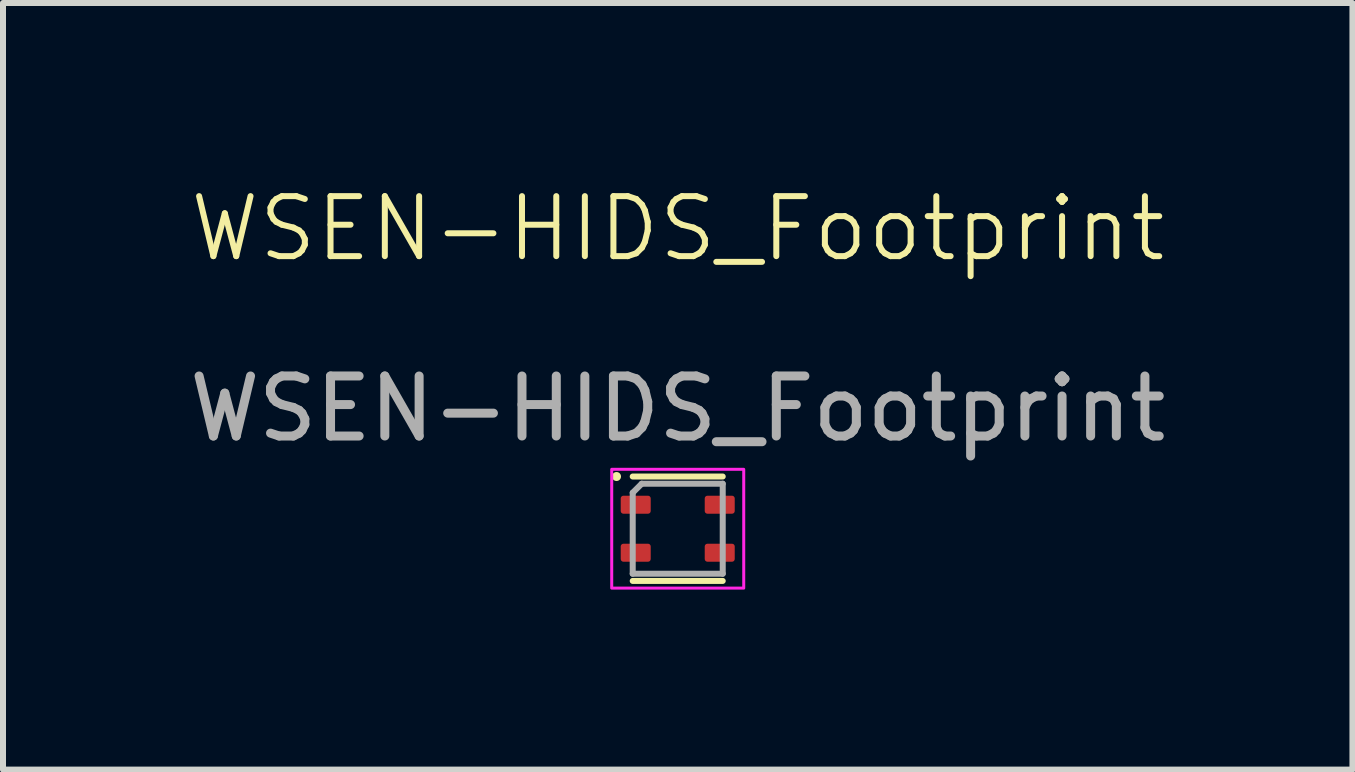
<source format=kicad_pcb>
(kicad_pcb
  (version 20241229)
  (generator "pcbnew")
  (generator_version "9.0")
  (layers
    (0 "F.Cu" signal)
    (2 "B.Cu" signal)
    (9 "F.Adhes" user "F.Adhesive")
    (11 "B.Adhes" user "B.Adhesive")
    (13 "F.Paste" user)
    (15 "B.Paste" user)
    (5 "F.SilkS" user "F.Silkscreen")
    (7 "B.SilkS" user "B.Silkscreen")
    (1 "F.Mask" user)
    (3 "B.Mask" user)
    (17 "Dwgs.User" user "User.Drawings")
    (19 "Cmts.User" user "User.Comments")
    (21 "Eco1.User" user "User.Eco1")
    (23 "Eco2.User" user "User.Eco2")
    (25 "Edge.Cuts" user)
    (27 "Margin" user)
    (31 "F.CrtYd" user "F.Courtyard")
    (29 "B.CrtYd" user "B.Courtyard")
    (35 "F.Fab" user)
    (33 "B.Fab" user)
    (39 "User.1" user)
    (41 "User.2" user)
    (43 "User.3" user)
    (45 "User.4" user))
  (footprint "WSEN-HIDS_Footprint"
    (layer "F.Cu")
    (at 8.244 5.761)
    (property "Reference" "WSEN-HIDS_Footprint" (at 0 -5 0) (unlocked yes) (layer "F.SilkS") (effects (font (size 1 1) (thickness 0.1))))
    (attr smd)
    (fp_line (start -0.75 0.87) (end 0.75 0.87) (stroke (width 0.1) (type solid)) (layer "F.SilkS"))
    (fp_line (start 0.75 -0.87) (end -0.75 -0.87) (stroke (width 0.1) (type solid)) (layer "F.SilkS"))
    (fp_circle (center -1.02 -0.87) (end -0.97 -0.87) (stroke (width 0.05) (type solid)) (fill yes) (layer "F.SilkS"))
    (fp_rect (start -1.1 -0.99) (end 1.1 0.99) (stroke (width 0.05) (type solid)) (fill no) (layer "F.CrtYd"))
    (fp_line (start -0.75 0.75) (end -0.75 -0.6) (stroke (width 0.1) (type default)) (layer "F.Fab"))
    (fp_line (start -0.75 0.75) (end 0.75 0.75) (stroke (width 0.1) (type default)) (layer "F.Fab"))
    (fp_line (start -0.6 -0.75) (end -0.75 -0.6) (stroke (width 0.1) (type default)) (layer "F.Fab"))
    (fp_line (start 0.75 -0.75) (end -0.6 -0.75) (stroke (width 0.1) (type default)) (layer "F.Fab"))
    (fp_line (start 0.75 -0.75) (end 0.75 0.75) (stroke (width 0.1) (type default)) (layer "F.Fab"))
    (fp_text user "${REFERENCE}" (at 0 -2 0) (unlocked yes) (layer "F.Fab") (effects (font (size 1 1) (thickness 0.15))))
    (pad "1" smd roundrect (at -0.7 -0.4) (size 0.5 0.3) (layers "F.Cu" "F.Mask" "F.Paste") (roundrect_rratio 0.15))
    (pad "2" smd roundrect (at -0.7 0.4) (size 0.5 0.3) (layers "F.Cu" "F.Mask" "F.Paste") (roundrect_rratio 0.15))
    (pad "3" smd roundrect (at 0.7 0.4) (size 0.5 0.3) (layers "F.Cu" "F.Mask" "F.Paste") (roundrect_rratio 0.15))
    (pad "4" smd roundrect (at 0.7 -0.4) (size 0.5 0.3) (layers "F.Cu" "F.Mask" "F.Paste") (roundrect_rratio 0.15))
    (zone (net_name "") (layers "F.Cu" "B.Cu" "B.CrtYd" "F.CrtYd") (name "Keepout") (hatch edge 0.5) (connect_pads) (min_thickness 0.25) (filled_areas_thickness no) (keepout (tracks not_allowed) (vias not_allowed) (pads not_allowed) (copperpour not_allowed) (footprints not_allowed)) (placement (enabled no)) (fill) (polygon (pts (xy 7.844 4.96) (xy 7.844 6.561) (xy 8.644 6.561) (xy 8.644 4.96))))
    (zone (net_name "") (layers "F.Cu" "F.SilkS" "F.CrtYd") (hatch edge 0.5) (connect_pads) (min_thickness 0.25) (filled_areas_thickness no) (keepout (tracks not_allowed) (vias not_allowed) (pads not_allowed) (copperpour not_allowed) (footprints not_allowed)) (placement (enabled no)) (fill) (polygon (pts (xy 7.444 4.96) (xy 7.444 6.561) (xy 9.044 6.561) (xy 9.044 4.96)))))
  (gr_rect
    (start -3 -3)
    (end 19.488 9.775)
    (stroke (width 0.1) (type default))
    (fill no)
    (layer "Edge.Cuts")))
</source>
